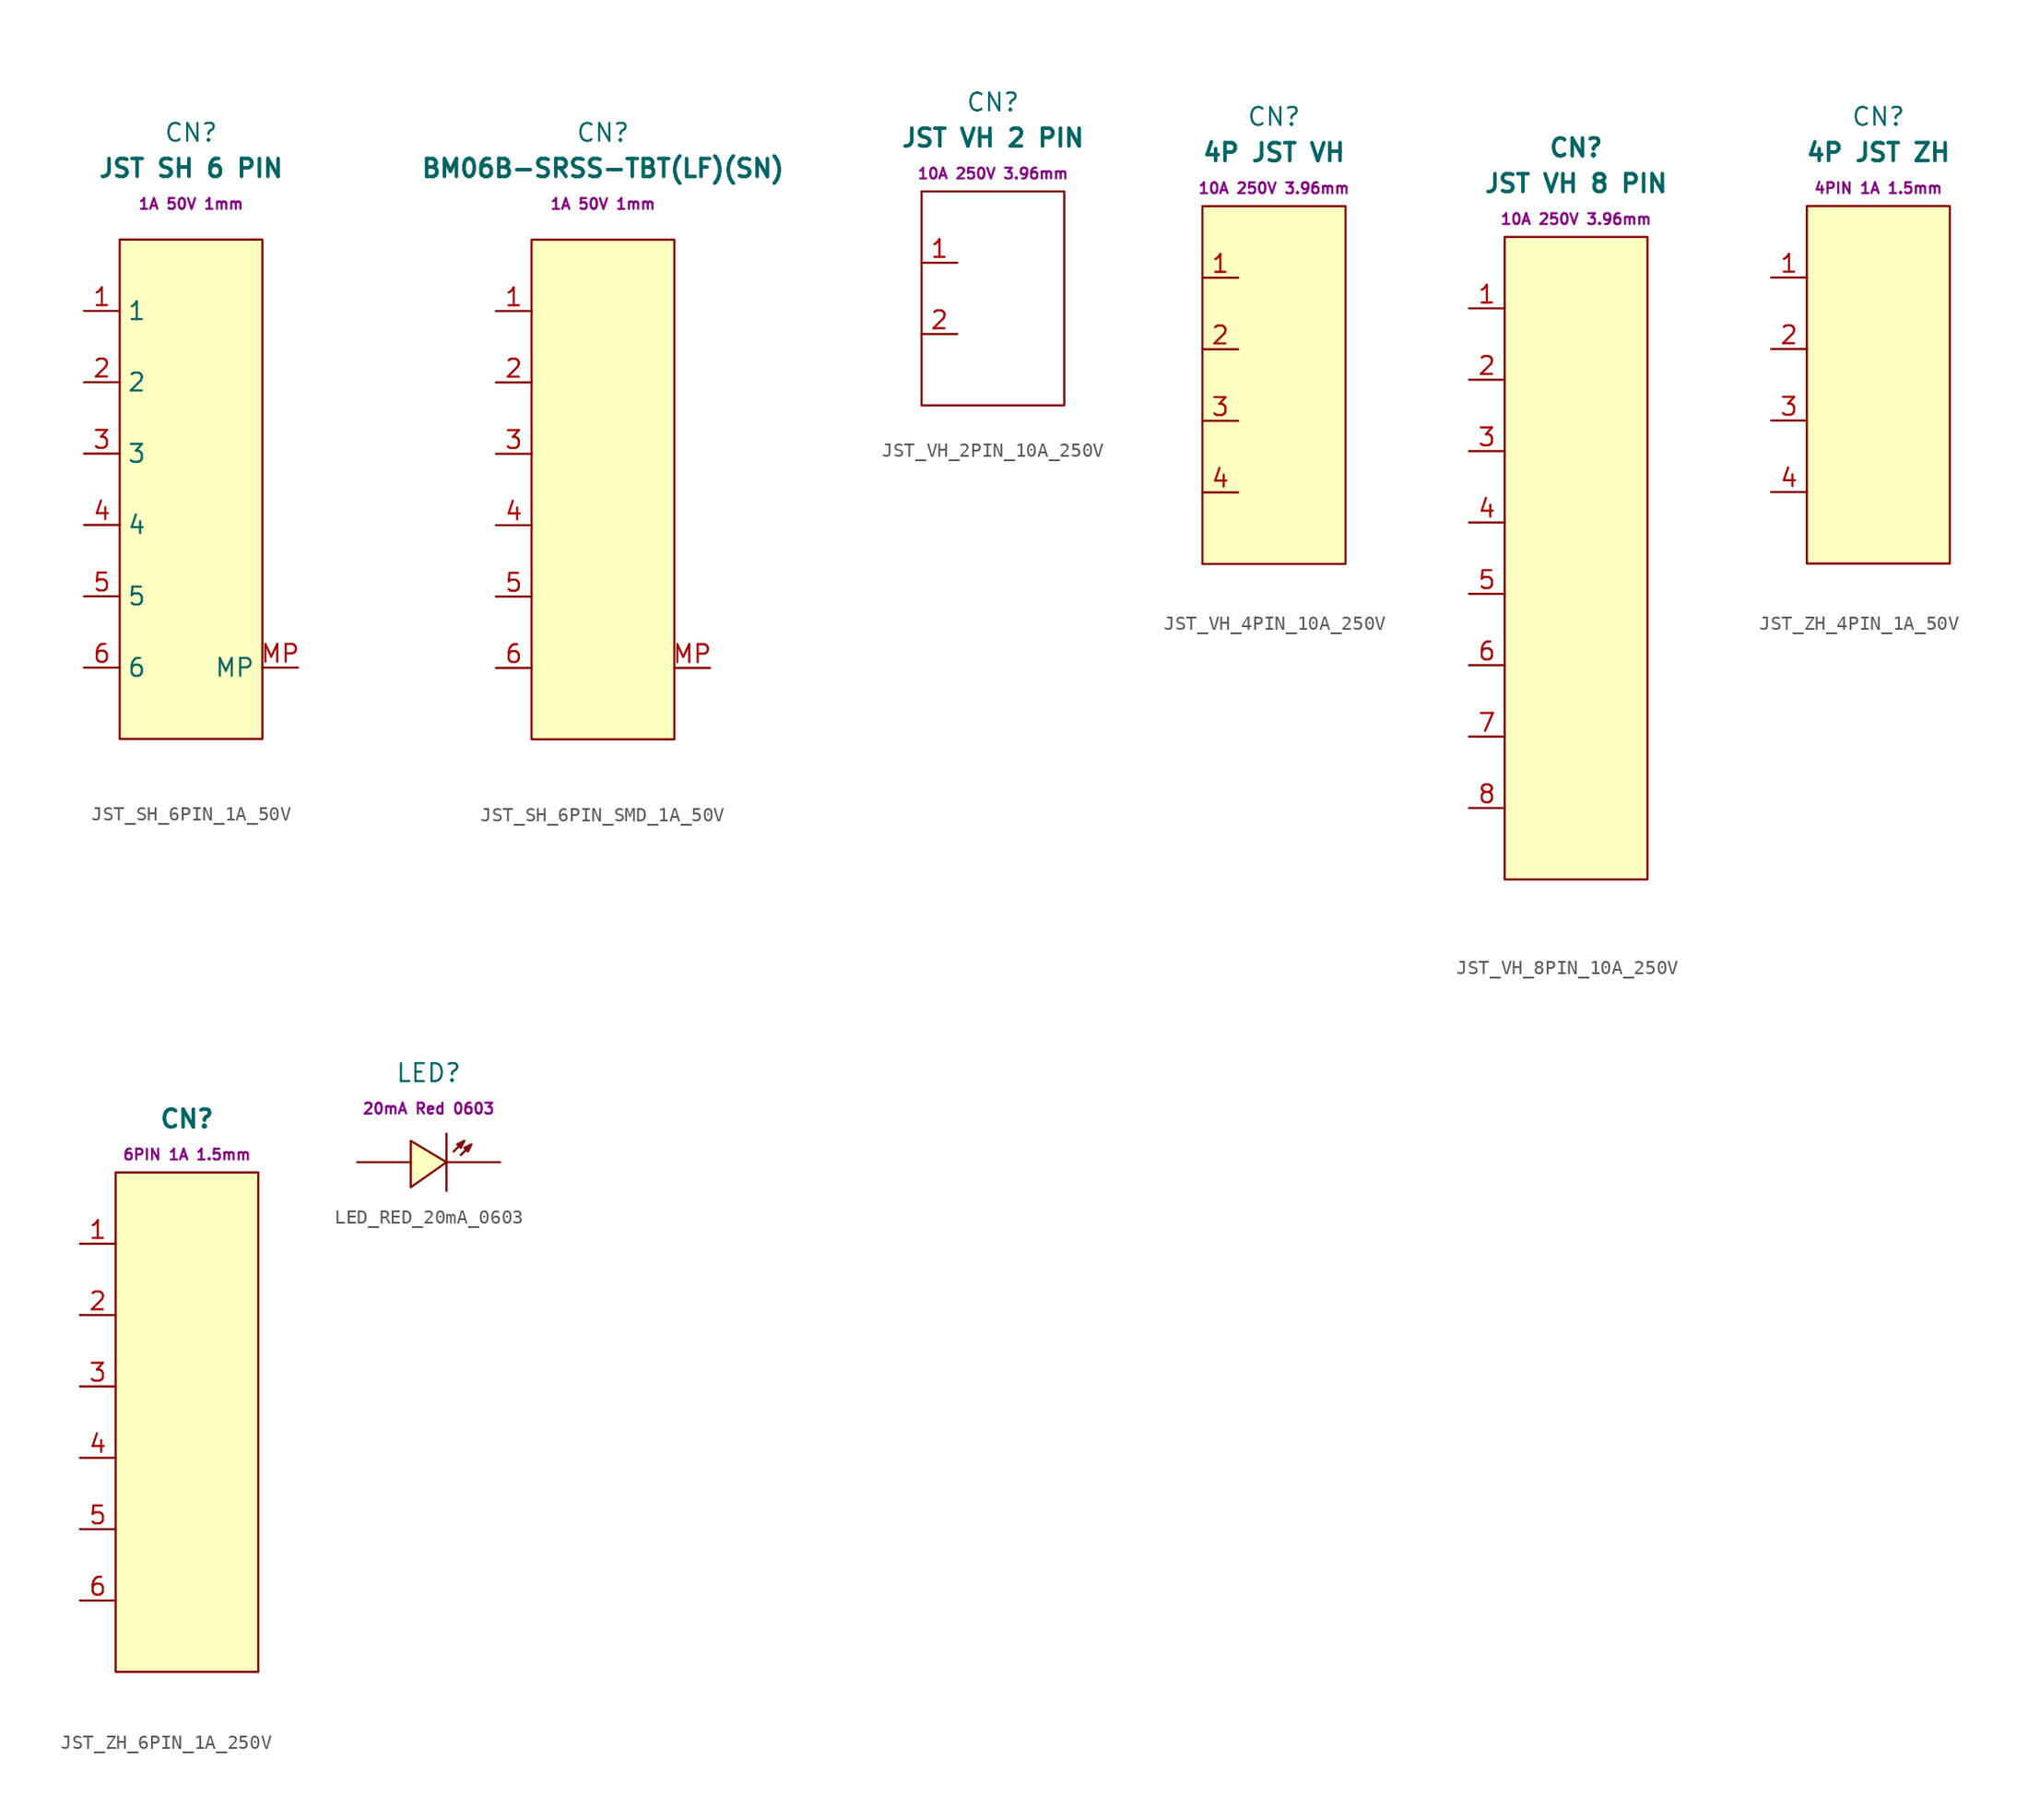
<source format=kicad_sym>
(kicad_symbol_lib
  (version 20231120)
  (generator "kicad_symbol_editor")
  (generator_version "8.0")
  (symbol "JST_SH_6PIN_1A_50V"
    (property "Reference" "CN"
      (at 0 25.4 0)
      (effects (font (size 1.27 1.27))))
    (property "Value" "JST SH 6 PIN"
      (at 0 22.86 0)
      (effects (font (size 1.27 1.27) (bold yes))))
    (property "Extra Values" "1A 50V 1mm"
      (at 0 20.32 0)
      (effects (font (size 0.762 0.762) (bold yes))))
    (symbol "JST_SH_6PIN_1A_50V_0_1"
      (rectangle (start -5.08 17.78) (end 5.08 -17.78) (stroke (width 0) (type default)) (fill (type background))))
    (symbol "JST_SH_6PIN_1A_50V_1_1"
      (pin passive line (at -7.62 12.7 0) (length 2.54) (name "1" (effects (font (size 1.27 1.27)))) (number "1" (effects (font (size 1.27 1.27)))))
      (pin passive line (at -7.62 7.62 0) (length 2.54) (name "2" (effects (font (size 1.27 1.27)))) (number "2" (effects (font (size 1.27 1.27)))))
      (pin passive line (at -7.62 2.54 0) (length 2.54) (name "3" (effects (font (size 1.27 1.27)))) (number "3" (effects (font (size 1.27 1.27)))))
      (pin passive line (at -7.62 -2.54 0) (length 2.54) (name "4" (effects (font (size 1.27 1.27)))) (number "4" (effects (font (size 1.27 1.27)))))
      (pin passive line (at -7.62 -7.62 0) (length 2.54) (name "5" (effects (font (size 1.27 1.27)))) (number "5" (effects (font (size 1.27 1.27)))))
      (pin passive line (at -7.62 -12.7 0) (length 2.54) (name "6" (effects (font (size 1.27 1.27)))) (number "6" (effects (font (size 1.27 1.27)))))
      (pin passive line (at 7.62 -12.7 180) (length 2.54) (name "MP" (effects (font (size 1.27 1.27)))) (number "MP" (effects (font (size 1.27 1.27)))))))
  (symbol "JST_SH_6PIN_SMD_1A_50V"
    (pin_names hide)
    (property "Reference" "CN"
      (at 0 25.4 0)
      (effects (font (size 1.27 1.27))))
    (property "Value" "BM06B-SRSS-TBT(LF)(SN)"
      (at 0 22.86 0)
      (effects (font (size 1.27 1.27) (bold yes))))
    (property "Extra Values" "1A 50V 1mm"
      (at 0 20.32 0)
      (effects (font (size 0.762 0.762) (bold yes))))
    (symbol "JST_SH_6PIN_SMD_1A_50V_0_1"
      (rectangle (start -5.08 17.78) (end 5.08 -17.78) (stroke (width 0) (type default)) (fill (type background))))
    (symbol "JST_SH_6PIN_SMD_1A_50V_1_1"
      (pin passive line (at -7.62 12.7 0) (length 2.54) (name "1" (effects (font (size 1.27 1.27)))) (number "1" (effects (font (size 1.27 1.27)))))
      (pin passive line (at -7.62 7.62 0) (length 2.54) (name "2" (effects (font (size 1.27 1.27)))) (number "2" (effects (font (size 1.27 1.27)))))
      (pin passive line (at -7.62 2.54 0) (length 2.54) (name "3" (effects (font (size 1.27 1.27)))) (number "3" (effects (font (size 1.27 1.27)))))
      (pin passive line (at -7.62 -2.54 0) (length 2.54) (name "4" (effects (font (size 1.27 1.27)))) (number "4" (effects (font (size 1.27 1.27)))))
      (pin passive line (at -7.62 -7.62 0) (length 2.54) (name "5" (effects (font (size 1.27 1.27)))) (number "5" (effects (font (size 1.27 1.27)))))
      (pin passive line (at -7.62 -12.7 0) (length 2.54) (name "6" (effects (font (size 1.27 1.27)))) (number "6" (effects (font (size 1.27 1.27)))))
      (pin passive line (at 7.62 -12.7 180) (length 2.54) (name "MP" (effects (font (size 1.27 1.27)))) (number "MP" (effects (font (size 1.27 1.27)))))))
  (symbol "JST_VH_2PIN_10A_250V"
    (pin_names hide)
    (property "Reference" "CN"
      (at 0 13.97 0)
      (effects (font (size 1.27 1.27))))
    (property "Value" "JST VH 2 PIN"
      (at 0 11.43 0)
      (effects (font (size 1.27 1.27) (bold yes))))
    (property "Extra Values" "10A 250V 3.96mm"
      (at 0 8.89 0)
      (effects (font (size 0.762 0.762) (bold yes))))
    (symbol "JST_VH_2PIN_10A_250V_1_1"
      (rectangle (start -5.08 7.62) (end 5.08 -7.62) (stroke (width 0) (type default)) (fill (type none)))
      (pin passive line (at -5.08 2.54 0) (length 2.54) (name "1" (effects (font (size 1.27 1.27)))) (number "1" (effects (font (size 1.27 1.27)))))
      (pin passive line (at -5.08 -2.54 0) (length 2.54) (name "2" (effects (font (size 1.27 1.27)))) (number "2" (effects (font (size 1.27 1.27)))))))
  (symbol "JST_VH_4PIN_10A_250V"
    (pin_names hide)
    (property "Reference" "CN"
      (at 0 19.05 0)
      (effects (font (size 1.27 1.27))))
    (property "Value" "4P JST VH"
      (at 0 16.51 0)
      (effects (font (size 1.27 1.27) (bold yes))))
    (property "Extra Values" "10A 250V 3.96mm"
      (at 0 13.97 0)
      (effects (font (size 0.762 0.762) (bold yes))))
    (symbol "JST_VH_4PIN_10A_250V_0_1"
      (rectangle (start -5.08 12.7) (end 5.08 -12.7) (stroke (width 0) (type default)) (fill (type background))))
    (symbol "JST_VH_4PIN_10A_250V_1_1"
      (pin passive line (at -5.08 7.62 0) (length 2.54) (name "1" (effects (font (size 1.27 1.27)))) (number "1" (effects (font (size 1.27 1.27)))))
      (pin passive line (at -5.08 2.54 0) (length 2.54) (name "2" (effects (font (size 1.27 1.27)))) (number "2" (effects (font (size 1.27 1.27)))))
      (pin passive line (at -5.08 -2.54 0) (length 2.54) (name "3" (effects (font (size 1.27 1.27)))) (number "3" (effects (font (size 1.27 1.27)))))
      (pin passive line (at -5.08 -7.62 0) (length 2.54) (name "4" (effects (font (size 1.27 1.27)))) (number "4" (effects (font (size 1.27 1.27)))))))
  (symbol "JST_VH_8PIN_10A_250V"
    (pin_names hide)
    (property "Reference" "CN"
      (at 0 29.21 0)
      (effects (font (size 1.27 1.27) (bold yes))))
    (property "Value" "JST VH 8 PIN"
      (at 0 26.67 0)
      (effects (font (size 1.27 1.27) (bold yes))))
    (property "Extra Values" "10A 250V 3.96mm"
      (at 0 24.13 0)
      (effects (font (size 0.762 0.762) (bold yes))))
    (symbol "JST_VH_8PIN_10A_250V_0_1"
      (rectangle (start -5.08 22.86) (end 5.08 -22.86) (stroke (width 0) (type default)) (fill (type background))))
    (symbol "JST_VH_8PIN_10A_250V_1_1"
      (pin passive line (at -7.62 17.78 0) (length 2.54) (name "1" (effects (font (size 1.27 1.27)))) (number "1" (effects (font (size 1.27 1.27)))))
      (pin passive line (at -7.62 12.7 0) (length 2.54) (name "2" (effects (font (size 1.27 1.27)))) (number "2" (effects (font (size 1.27 1.27)))))
      (pin passive line (at -7.62 7.62 0) (length 2.54) (name "3" (effects (font (size 1.27 1.27)))) (number "3" (effects (font (size 1.27 1.27)))))
      (pin passive line (at -7.62 2.54 0) (length 2.54) (name "4" (effects (font (size 1.27 1.27)))) (number "4" (effects (font (size 1.27 1.27)))))
      (pin passive line (at -7.62 -2.54 0) (length 2.54) (name "5" (effects (font (size 1.27 1.27)))) (number "5" (effects (font (size 1.27 1.27)))))
      (pin passive line (at -7.62 -7.62 0) (length 2.54) (name "6" (effects (font (size 1.27 1.27)))) (number "6" (effects (font (size 1.27 1.27)))))
      (pin passive line (at -7.62 -12.7 0) (length 2.54) (name "7" (effects (font (size 1.27 1.27)))) (number "7" (effects (font (size 1.27 1.27)))))
      (pin passive line (at -7.62 -17.78 0) (length 2.54) (name "8" (effects (font (size 1.27 1.27)))) (number "8" (effects (font (size 1.27 1.27)))))))
  (symbol "JST_ZH_4PIN_1A_50V"
    (pin_names hide)
    (property "Reference" "CN"
      (at 0 19.05 0)
      (effects (font (size 1.27 1.27))))
    (property "Value" "4P JST ZH"
      (at 0 16.51 0)
      (effects (font (size 1.27 1.27) (bold yes))))
    (property "Extra Values" "4PIN 1A 1.5mm"
      (at 0 13.97 0)
      (effects (font (size 0.762 0.762) (bold yes))))
    (symbol "JST_ZH_4PIN_1A_50V_0_1"
      (rectangle (start -5.08 12.7) (end 5.08 -12.7) (stroke (width 0) (type default)) (fill (type background))))
    (symbol "JST_ZH_4PIN_1A_50V_1_1"
      (pin passive line (at -7.62 7.62 0) (length 2.54) (name "1" (effects (font (size 1.27 1.27)))) (number "1" (effects (font (size 1.27 1.27)))))
      (pin passive line (at -7.62 2.54 0) (length 2.54) (name "2" (effects (font (size 1.27 1.27)))) (number "2" (effects (font (size 1.27 1.27)))))
      (pin passive line (at -7.62 -2.54 0) (length 2.54) (name "3" (effects (font (size 1.27 1.27)))) (number "3" (effects (font (size 1.27 1.27)))))
      (pin passive line (at -7.62 -7.62 0) (length 2.54) (name "4" (effects (font (size 1.27 1.27)))) (number "4" (effects (font (size 1.27 1.27)))))))
  (symbol "JST_ZH_6PIN_1A_250V"
    (pin_names hide)
    (property "Reference" "CN"
      (at 0 21.59 0)
      (effects (font (size 1.27 1.27) (bold yes))))
    (property "Extra Values" "6PIN 1A 1.5mm"
      (at 0 19.05 0)
      (effects (font (size 0.762 0.762) (bold yes))))
    (symbol "JST_ZH_6PIN_1A_250V_0_1"
      (rectangle (start -5.08 17.78) (end 5.08 -17.78) (stroke (width 0) (type default)) (fill (type background))))
    (symbol "JST_ZH_6PIN_1A_250V_1_1"
      (pin passive line (at -7.62 12.7 0) (length 2.54) (name "1" (effects (font (size 1.27 1.27)))) (number "1" (effects (font (size 1.27 1.27)))))
      (pin passive line (at -7.62 7.62 0) (length 2.54) (name "2" (effects (font (size 1.27 1.27)))) (number "2" (effects (font (size 1.27 1.27)))))
      (pin passive line (at -7.62 2.54 0) (length 2.54) (name "3" (effects (font (size 1.27 1.27)))) (number "3" (effects (font (size 1.27 1.27)))))
      (pin passive line (at -7.62 -2.54 0) (length 2.54) (name "4" (effects (font (size 1.27 1.27)))) (number "4" (effects (font (size 1.27 1.27)))))
      (pin passive line (at -7.62 -7.62 0) (length 2.54) (name "5" (effects (font (size 1.27 1.27)))) (number "5" (effects (font (size 1.27 1.27)))))
      (pin passive line (at -7.62 -12.7 0) (length 2.54) (name "6" (effects (font (size 1.27 1.27)))) (number "6" (effects (font (size 1.27 1.27)))))))
  (symbol "LED_RED_20mA_0603"
    (pin_numbers hide)
    (pin_names hide)
    (property "Reference" "LED"
      (at 0 6.35 0)
      (effects (font (size 1.27 1.27))))
    (property "Extra Values" "20mA Red 0603"
      (at 0 3.81 0)
      (effects (font (size 0.762 0.762) (bold yes))))
    (symbol "LED_RED_20mA_0603_0_1"
      (polyline (pts (xy 1.27 -2.03) (xy 1.27 2.03)) (stroke (width 0) (type default)) (fill (type none)))
      (polyline (pts (xy 1.778 0.762) (xy 2.286 1.27)) (stroke (width 0) (type default)) (fill (type none)))
      (polyline (pts (xy 2.286 0.508) (xy 2.794 1.016)) (stroke (width 0) (type default)) (fill (type none)))
      (polyline (pts (xy -1.27 1.52) (xy 1.27 0) (xy -1.27 -1.78) (xy -1.27 1.52)) (stroke (width 0) (type default)) (fill (type background)))
      (polyline (pts (xy 2.54 1.524) (xy 2.286 1.016) (xy 2.032 1.27) (xy 2.54 1.524)) (stroke (width 0) (type default)) (fill (type background)))
      (polyline (pts (xy 3.048 1.27) (xy 2.794 0.762) (xy 2.54 1.016) (xy 3.048 1.27)) (stroke (width 0) (type default)) (fill (type background))))
    (symbol "LED_RED_20mA_0603_1_1"
      (pin passive line (at 5.08 0 180) (length 3.81) (name "K" (effects (font (size 1.27 1.27)))) (number "1" (effects (font (size 1.27 1.27)))))
      (pin passive line (at -5.08 0 0) (length 3.81) (name "A" (effects (font (size 1.27 1.27)))) (number "2" (effects (font (size 1.27 1.27))))))))
</source>
